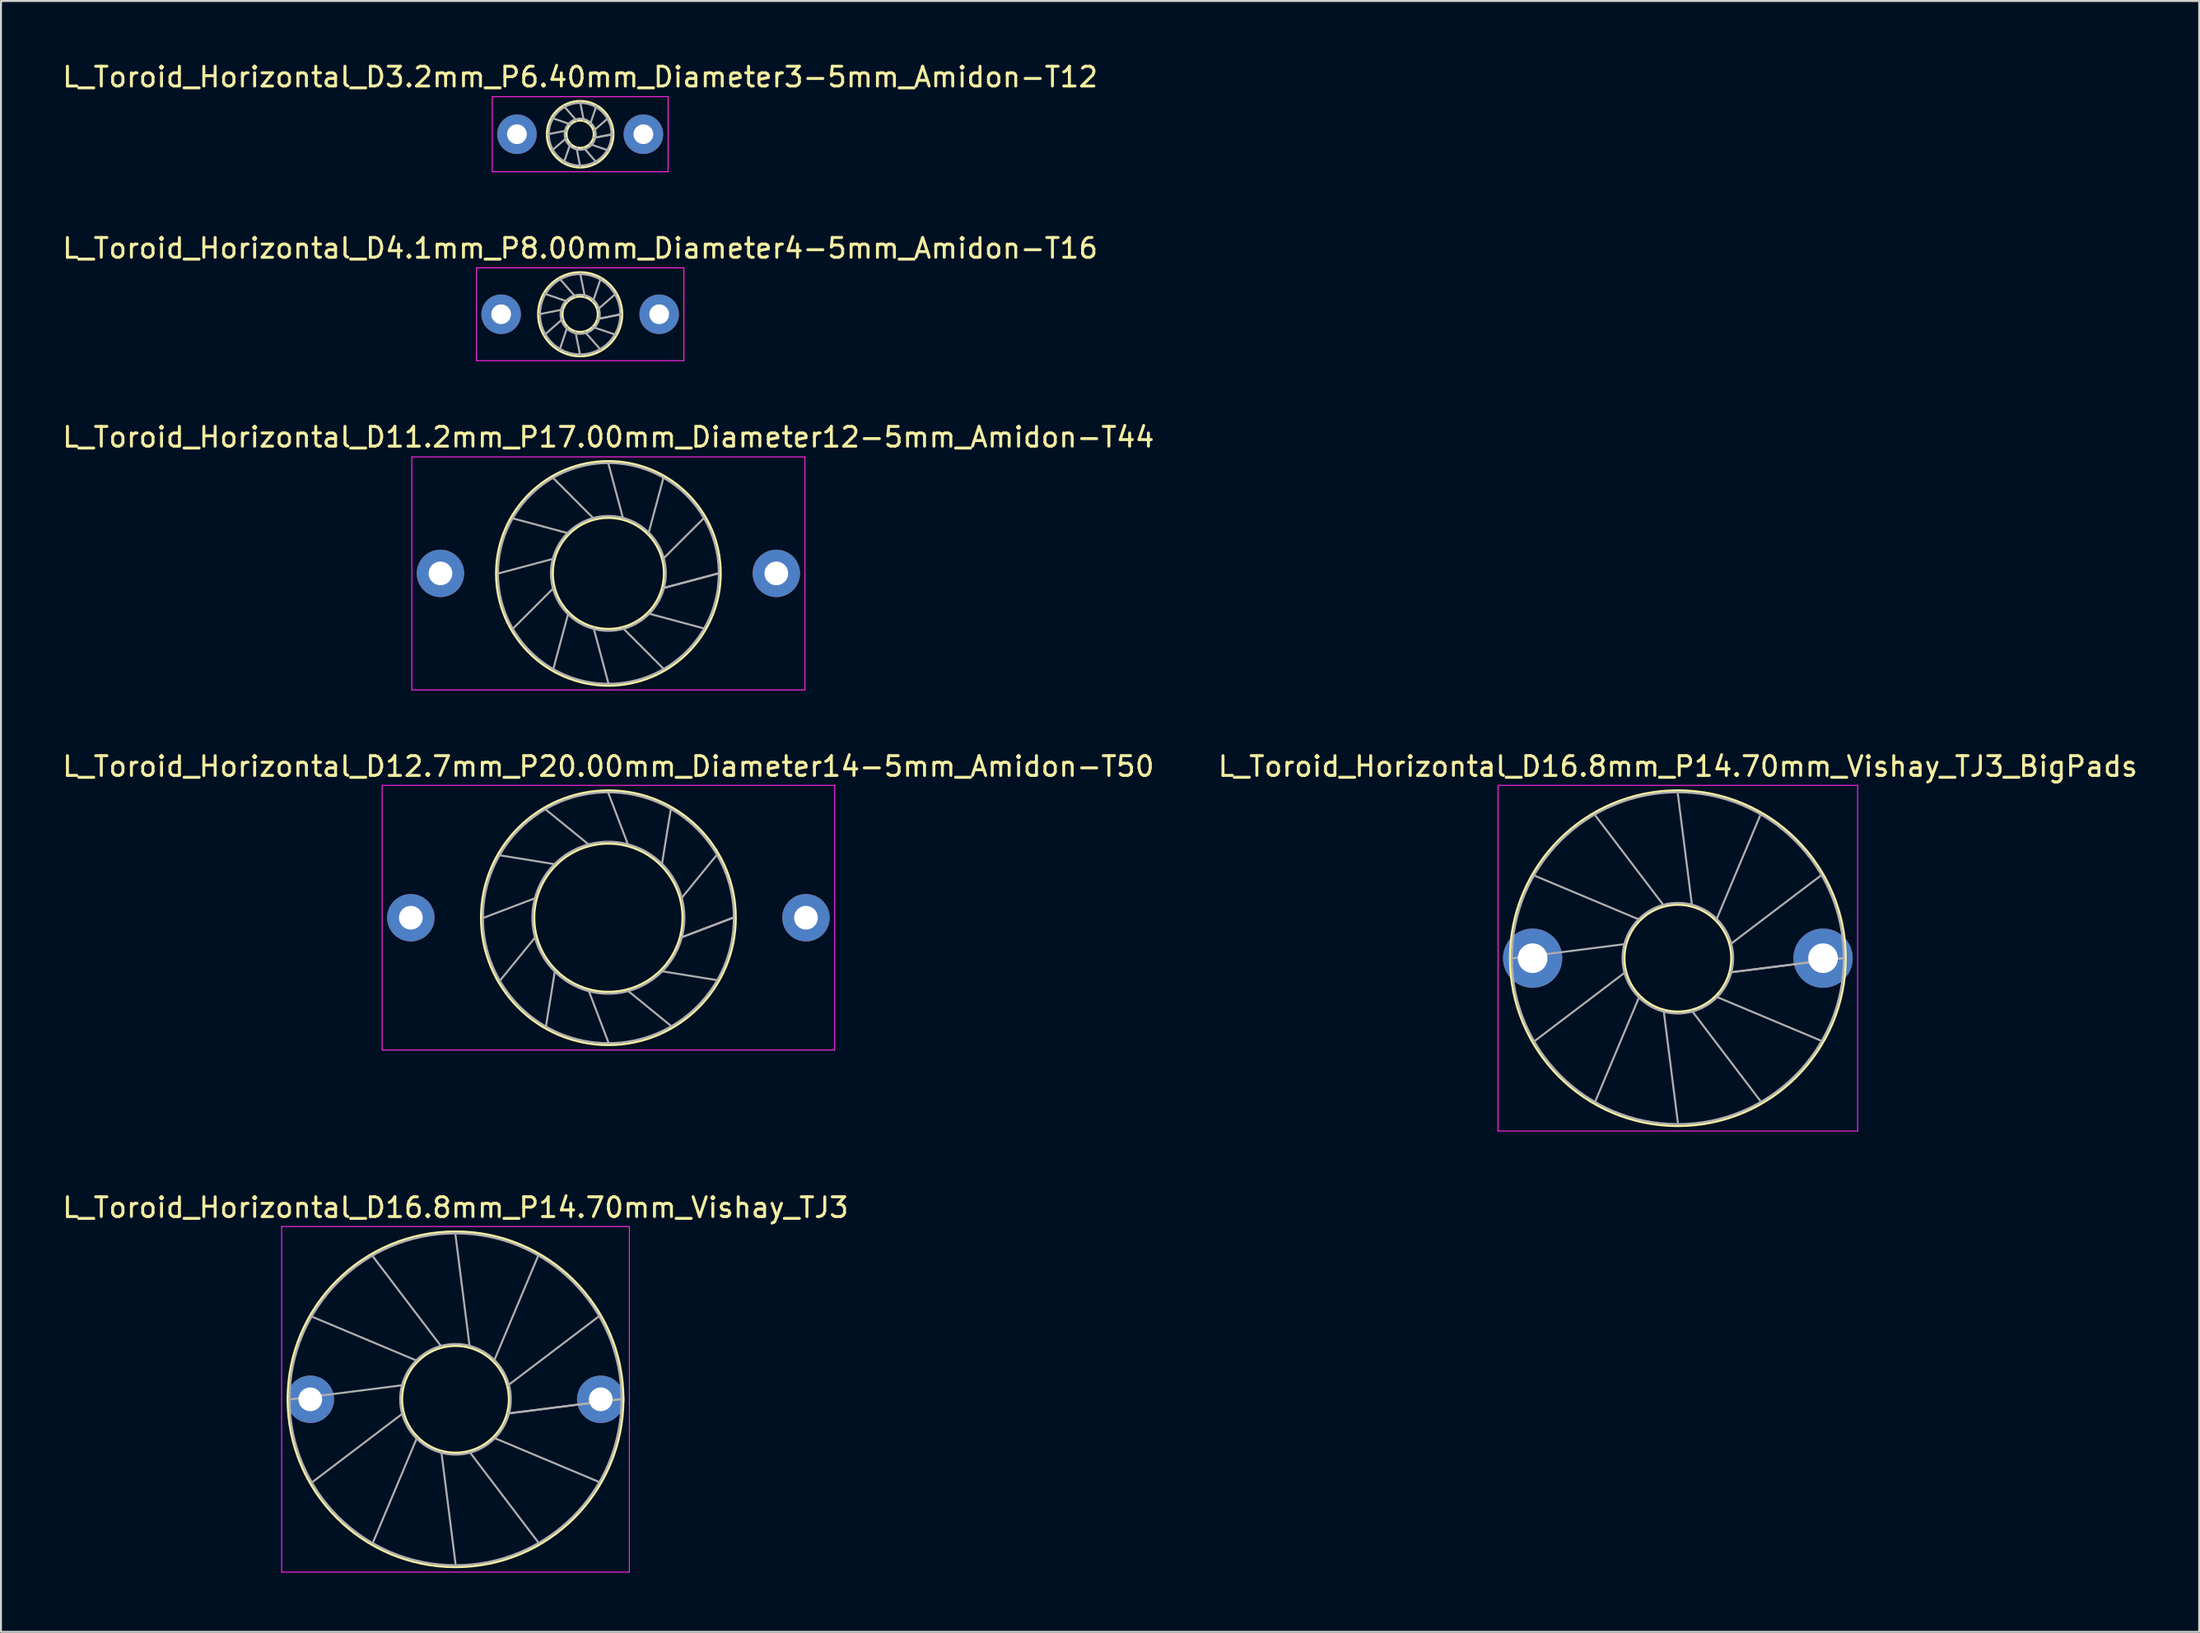
<source format=kicad_pcb>
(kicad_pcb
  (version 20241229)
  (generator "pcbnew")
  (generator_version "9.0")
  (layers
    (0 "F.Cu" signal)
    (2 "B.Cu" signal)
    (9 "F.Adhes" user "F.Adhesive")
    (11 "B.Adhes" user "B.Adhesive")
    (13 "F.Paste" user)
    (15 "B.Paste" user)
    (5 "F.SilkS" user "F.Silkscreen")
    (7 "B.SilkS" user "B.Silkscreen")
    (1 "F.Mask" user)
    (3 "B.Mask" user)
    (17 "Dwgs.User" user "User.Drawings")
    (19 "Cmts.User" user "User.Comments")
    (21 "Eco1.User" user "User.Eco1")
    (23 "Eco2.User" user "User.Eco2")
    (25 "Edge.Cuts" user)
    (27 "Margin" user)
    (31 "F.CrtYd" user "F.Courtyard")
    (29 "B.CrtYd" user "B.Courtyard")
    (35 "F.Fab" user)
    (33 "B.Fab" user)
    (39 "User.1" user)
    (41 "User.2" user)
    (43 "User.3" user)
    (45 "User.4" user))
  (footprint "L_Toroid_Horizontal_D12.7mm_P20.00mm_Diameter14-5mm_Amidon-T50"
    (layer "F.Cu")
    (at 17.744 43.416)
    (property "Reference" "L_Toroid_Horizontal_D12.7mm_P20.00mm_Diameter14-5mm_Amidon-T50" (at 10 -7.66 0) (layer "F.SilkS") (effects (font (size 1 1) (thickness 0.15))))
    (attr through_hole)
    (fp_circle (center 10 0) (end 13.758 0) (stroke (width 0.12) (type solid)) (fill no) (layer "F.SilkS"))
    (fp_circle (center 10 0) (end 16.44 0) (stroke (width 0.12) (type solid)) (fill no) (layer "F.SilkS"))
    (fp_line (start -1.45 -6.7) (end -1.45 6.7) (stroke (width 0.05) (type solid)) (layer "F.CrtYd"))
    (fp_line (start -1.45 6.7) (end 21.45 6.7) (stroke (width 0.05) (type solid)) (layer "F.CrtYd"))
    (fp_line (start 21.45 -6.7) (end -1.45 -6.7) (stroke (width 0.05) (type solid)) (layer "F.CrtYd"))
    (fp_line (start 21.45 6.7) (end 21.45 -6.7) (stroke (width 0.05) (type solid)) (layer "F.CrtYd"))
    (fp_line (start 3.689 0.001) (end 6.297 -0.992) (stroke (width 0.1) (type solid)) (layer "F.Fab"))
    (fp_line (start 4.534 -3.155) (end 7.289 -2.71) (stroke (width 0.1) (type solid)) (layer "F.Fab"))
    (fp_line (start 4.535 3.156) (end 6.297 0.992) (stroke (width 0.1) (type solid)) (layer "F.Fab"))
    (fp_line (start 6.844 -5.465) (end 9.007 -3.703) (stroke (width 0.1) (type solid)) (layer "F.Fab"))
    (fp_line (start 6.845 5.466) (end 7.29 2.711) (stroke (width 0.1) (type solid)) (layer "F.Fab"))
    (fp_line (start 9.999 -6.311) (end 10.992 -3.703) (stroke (width 0.1) (type solid)) (layer "F.Fab"))
    (fp_line (start 10 6.311) (end 9.008 3.703) (stroke (width 0.1) (type solid)) (layer "F.Fab"))
    (fp_line (start 13.155 -5.466) (end 12.71 -2.711) (stroke (width 0.1) (type solid)) (layer "F.Fab"))
    (fp_line (start 13.156 5.466) (end 10.992 3.703) (stroke (width 0.1) (type solid)) (layer "F.Fab"))
    (fp_line (start 15.465 -3.157) (end 13.702 -0.993) (stroke (width 0.1) (type solid)) (layer "F.Fab"))
    (fp_line (start 15.466 3.156) (end 12.711 2.71) (stroke (width 0.1) (type solid)) (layer "F.Fab"))
    (fp_line (start 16.311 -0.001) (end 13.703 0.991) (stroke (width 0.1) (type solid)) (layer "F.Fab"))
    (fp_line (start 16.311 0) (end 13.703 0.992) (stroke (width 0.1) (type solid)) (layer "F.Fab"))
    (fp_circle (center 10 0) (end 13.848 0) (stroke (width 0.1) (type solid)) (fill no) (layer "F.Fab"))
    (fp_circle (center 10 0) (end 16.35 0) (stroke (width 0.1) (type solid)) (fill no) (layer "F.Fab"))
    (pad "1" thru_hole circle (at 0 0) (size 2.4 2.4) (drill 1.2) (layers "*.Cu" "*.Mask"))
    (pad "2" thru_hole circle (at 20 0) (size 2.4 2.4) (drill 1.2) (layers "*.Cu" "*.Mask")))
  (footprint "L_Toroid_Horizontal_D16.8mm_P14.70mm_Vishay_TJ3"
    (layer "F.Cu")
    (at 12.656 67.799)
    (property "Reference" "L_Toroid_Horizontal_D16.8mm_P14.70mm_Vishay_TJ3" (at 7.35 -9.71 0) (layer "F.SilkS") (effects (font (size 1 1) (thickness 0.15))))
    (attr through_hole)
    (fp_circle (center 7.35 0) (end 10.06 0) (stroke (width 0.12) (type solid)) (fill no) (layer "F.SilkS"))
    (fp_circle (center 7.35 0) (end 15.84 0) (stroke (width 0.12) (type solid)) (fill no) (layer "F.SilkS"))
    (fp_line (start -1.45 -8.75) (end -1.45 8.75) (stroke (width 0.05) (type solid)) (layer "F.CrtYd"))
    (fp_line (start -1.45 8.75) (end 16.15 8.75) (stroke (width 0.05) (type solid)) (layer "F.CrtYd"))
    (fp_line (start 16.15 -8.75) (end -1.45 -8.75) (stroke (width 0.05) (type solid)) (layer "F.CrtYd"))
    (fp_line (start 16.15 8.75) (end 16.15 -8.75) (stroke (width 0.05) (type solid)) (layer "F.CrtYd"))
    (fp_line (start -0.97 0.001) (end 4.68 -0.715) (stroke (width 0.1) (type solid)) (layer "F.Fab"))
    (fp_line (start 0.144 -4.159) (end 5.395 -1.954) (stroke (width 0.1) (type solid)) (layer "F.Fab"))
    (fp_line (start 0.145 4.161) (end 4.68 0.716) (stroke (width 0.1) (type solid)) (layer "F.Fab"))
    (fp_line (start 3.189 -7.205) (end 6.634 -2.67) (stroke (width 0.1) (type solid)) (layer "F.Fab"))
    (fp_line (start 3.19 7.206) (end 5.396 1.955) (stroke (width 0.1) (type solid)) (layer "F.Fab"))
    (fp_line (start 7.349 -8.32) (end 8.065 -2.67) (stroke (width 0.1) (type solid)) (layer "F.Fab"))
    (fp_line (start 7.35 8.32) (end 6.635 2.67) (stroke (width 0.1) (type solid)) (layer "F.Fab"))
    (fp_line (start 11.509 -7.206) (end 9.304 -1.955) (stroke (width 0.1) (type solid)) (layer "F.Fab"))
    (fp_line (start 11.51 7.205) (end 8.066 2.67) (stroke (width 0.1) (type solid)) (layer "F.Fab"))
    (fp_line (start 14.555 -4.161) (end 10.02 -0.716) (stroke (width 0.1) (type solid)) (layer "F.Fab"))
    (fp_line (start 14.556 4.16) (end 9.305 1.955) (stroke (width 0.1) (type solid)) (layer "F.Fab"))
    (fp_line (start 15.67 -0.002) (end 10.02 0.715) (stroke (width 0.1) (type solid)) (layer "F.Fab"))
    (fp_line (start 15.67 0) (end 10.02 0.715) (stroke (width 0.1) (type solid)) (layer "F.Fab"))
    (fp_circle (center 7.35 0) (end 10.15 0) (stroke (width 0.1) (type solid)) (fill no) (layer "F.Fab"))
    (fp_circle (center 7.35 0) (end 15.75 0) (stroke (width 0.1) (type solid)) (fill no) (layer "F.Fab"))
    (pad "1" thru_hole circle (at 0 0) (size 2.4 2.4) (drill 1.2) (layers "*.Cu" "*.Mask"))
    (pad "2" thru_hole circle (at 14.7 0) (size 2.4 2.4) (drill 1.2) (layers "*.Cu" "*.Mask")))
  (footprint "L_Toroid_Horizontal_D11.2mm_P17.00mm_Diameter12-5mm_Amidon-T44"
    (layer "F.Cu")
    (at 19.244 25.982)
    (property "Reference" "L_Toroid_Horizontal_D11.2mm_P17.00mm_Diameter12-5mm_Amidon-T44" (at 8.5 -6.898 0) (layer "F.SilkS") (effects (font (size 1 1) (thickness 0.15))))
    (attr through_hole)
    (fp_circle (center 8.5 0) (end 11.318 0) (stroke (width 0.12) (type solid)) (fill no) (layer "F.SilkS"))
    (fp_circle (center 8.5 0) (end 14.178 0) (stroke (width 0.12) (type solid)) (fill no) (layer "F.SilkS"))
    (fp_line (start -1.45 -5.9) (end -1.45 5.9) (stroke (width 0.05) (type solid)) (layer "F.CrtYd"))
    (fp_line (start -1.45 5.9) (end 18.45 5.9) (stroke (width 0.05) (type solid)) (layer "F.CrtYd"))
    (fp_line (start 18.45 -5.9) (end -1.45 -5.9) (stroke (width 0.05) (type solid)) (layer "F.CrtYd"))
    (fp_line (start 18.45 5.9) (end 18.45 -5.9) (stroke (width 0.05) (type solid)) (layer "F.CrtYd"))
    (fp_line (start 2.936 0.001) (end 5.723 -0.744) (stroke (width 0.1) (type solid)) (layer "F.Fab"))
    (fp_line (start 3.681 -2.782) (end 6.467 -2.032) (stroke (width 0.1) (type solid)) (layer "F.Fab"))
    (fp_line (start 3.681 2.783) (end 5.723 0.744) (stroke (width 0.1) (type solid)) (layer "F.Fab"))
    (fp_line (start 5.717 -4.819) (end 7.756 -2.777) (stroke (width 0.1) (type solid)) (layer "F.Fab"))
    (fp_line (start 5.718 4.819) (end 6.467 2.033) (stroke (width 0.1) (type solid)) (layer "F.Fab"))
    (fp_line (start 8.499 -5.564) (end 9.244 -2.777) (stroke (width 0.1) (type solid)) (layer "F.Fab"))
    (fp_line (start 8.5 5.564) (end 7.756 2.777) (stroke (width 0.1) (type solid)) (layer "F.Fab"))
    (fp_line (start 11.281 -4.819) (end 10.532 -2.033) (stroke (width 0.1) (type solid)) (layer "F.Fab"))
    (fp_line (start 11.282 4.819) (end 9.244 2.777) (stroke (width 0.1) (type solid)) (layer "F.Fab"))
    (fp_line (start 13.318 -2.783) (end 11.277 -0.745) (stroke (width 0.1) (type solid)) (layer "F.Fab"))
    (fp_line (start 13.319 2.782) (end 10.533 2.033) (stroke (width 0.1) (type solid)) (layer "F.Fab"))
    (fp_line (start 14.064 -0.001) (end 11.277 0.743) (stroke (width 0.1) (type solid)) (layer "F.Fab"))
    (fp_line (start 14.064 0) (end 11.277 0.744) (stroke (width 0.1) (type solid)) (layer "F.Fab"))
    (fp_circle (center 8.5 0) (end 11.408 0) (stroke (width 0.1) (type solid)) (fill no) (layer "F.Fab"))
    (fp_circle (center 8.5 0) (end 14.088 0) (stroke (width 0.1) (type solid)) (fill no) (layer "F.Fab"))
    (pad "1" thru_hole circle (at 0 0) (size 2.4 2.4) (drill 1.2) (layers "*.Cu" "*.Mask"))
    (pad "2" thru_hole circle (at 17 0) (size 2.4 2.4) (drill 1.2) (layers "*.Cu" "*.Mask")))
  (footprint "L_Toroid_Horizontal_D4.1mm_P8.00mm_Diameter4-5mm_Amidon-T16"
    (layer "F.Cu")
    (at 22.315 12.861)
    (property "Reference" "L_Toroid_Horizontal_D4.1mm_P8.00mm_Diameter4-5mm_Amidon-T16" (at 4 -3.342 0) (layer "F.SilkS") (effects (font (size 1 1) (thickness 0.15))))
    (attr through_hole)
    (fp_circle (center 4 0) (end 4.901 0) (stroke (width 0.12) (type solid)) (fill no) (layer "F.SilkS"))
    (fp_circle (center 4 0) (end 6.122 0) (stroke (width 0.12) (type solid)) (fill no) (layer "F.SilkS"))
    (fp_line (start -1.25 -2.35) (end -1.25 2.35) (stroke (width 0.05) (type solid)) (layer "F.CrtYd"))
    (fp_line (start -1.25 2.35) (end 9.25 2.35) (stroke (width 0.05) (type solid)) (layer "F.CrtYd"))
    (fp_line (start 9.25 -2.35) (end -1.25 -2.35) (stroke (width 0.05) (type solid)) (layer "F.CrtYd"))
    (fp_line (start 9.25 2.35) (end 9.25 -2.35) (stroke (width 0.05) (type solid)) (layer "F.CrtYd"))
    (fp_line (start 1.92 0.000193) (end 3.113 -0.238) (stroke (width 0.1) (type solid)) (layer "F.Fab"))
    (fp_line (start 2.199 -1.04) (end 3.35 -0.649) (stroke (width 0.1) (type solid)) (layer "F.Fab"))
    (fp_line (start 2.199 1.04) (end 3.113 0.238) (stroke (width 0.1) (type solid)) (layer "F.Fab"))
    (fp_line (start 2.96 -1.801) (end 3.762 -0.887) (stroke (width 0.1) (type solid)) (layer "F.Fab"))
    (fp_line (start 2.96 1.801) (end 3.35 0.65) (stroke (width 0.1) (type solid)) (layer "F.Fab"))
    (fp_line (start 4 -2.08) (end 4.238 -0.887) (stroke (width 0.1) (type solid)) (layer "F.Fab"))
    (fp_line (start 4 2.08) (end 3.762 0.887) (stroke (width 0.1) (type solid)) (layer "F.Fab"))
    (fp_line (start 5.04 -1.801) (end 4.649 -0.65) (stroke (width 0.1) (type solid)) (layer "F.Fab"))
    (fp_line (start 5.04 1.801) (end 4.238 0.887) (stroke (width 0.1) (type solid)) (layer "F.Fab"))
    (fp_line (start 5.801 -1.04) (end 4.887 -0.238) (stroke (width 0.1) (type solid)) (layer "F.Fab"))
    (fp_line (start 5.801 1.04) (end 4.65 0.65) (stroke (width 0.1) (type solid)) (layer "F.Fab"))
    (fp_line (start 6.08 -0.000385) (end 4.887 0.238) (stroke (width 0.1) (type solid)) (layer "F.Fab"))
    (fp_line (start 6.08 0) (end 4.887 0.238) (stroke (width 0.1) (type solid)) (layer "F.Fab"))
    (fp_circle (center 4 0) (end 4.991 0) (stroke (width 0.1) (type solid)) (fill no) (layer "F.Fab"))
    (fp_circle (center 4 0) (end 6.032 0) (stroke (width 0.1) (type solid)) (fill no) (layer "F.Fab"))
    (pad "1" thru_hole circle (at 0 0) (size 2 2) (drill 1) (layers "*.Cu" "*.Mask"))
    (pad "2" thru_hole circle (at 8 0) (size 2 2) (drill 1) (layers "*.Cu" "*.Mask")))
  (footprint "L_Toroid_Horizontal_D3.2mm_P6.40mm_Diameter3-5mm_Amidon-T12"
    (layer "F.Cu")
    (at 23.115 3.746)
    (property "Reference" "L_Toroid_Horizontal_D3.2mm_P6.40mm_Diameter3-5mm_Amidon-T12" (at 3.2 -2.897 0) (layer "F.SilkS") (effects (font (size 1 1) (thickness 0.15))))
    (attr through_hole)
    (fp_circle (center 3.2 0) (end 3.897 0) (stroke (width 0.12) (type solid)) (fill no) (layer "F.SilkS"))
    (fp_circle (center 3.2 0) (end 4.878 0) (stroke (width 0.12) (type solid)) (fill no) (layer "F.SilkS"))
    (fp_line (start -1.25 -1.9) (end -1.25 1.9) (stroke (width 0.05) (type solid)) (layer "F.CrtYd"))
    (fp_line (start -1.25 1.9) (end 7.65 1.9) (stroke (width 0.05) (type solid)) (layer "F.CrtYd"))
    (fp_line (start 7.65 -1.9) (end -1.25 -1.9) (stroke (width 0.05) (type solid)) (layer "F.CrtYd"))
    (fp_line (start 7.65 1.9) (end 7.65 -1.9) (stroke (width 0.05) (type solid)) (layer "F.CrtYd"))
    (fp_line (start 1.556 0.000152) (end 2.513 -0.184) (stroke (width 0.1) (type solid)) (layer "F.Fab"))
    (fp_line (start 1.776 -0.822) (end 2.697 -0.503) (stroke (width 0.1) (type solid)) (layer "F.Fab"))
    (fp_line (start 1.776 0.822) (end 2.513 0.184) (stroke (width 0.1) (type solid)) (layer "F.Fab"))
    (fp_line (start 2.378 -1.424) (end 3.016 -0.687) (stroke (width 0.1) (type solid)) (layer "F.Fab"))
    (fp_line (start 2.378 1.424) (end 2.697 0.503) (stroke (width 0.1) (type solid)) (layer "F.Fab"))
    (fp_line (start 3.2 -1.644) (end 3.384 -0.687) (stroke (width 0.1) (type solid)) (layer "F.Fab"))
    (fp_line (start 3.2 1.644) (end 3.016 0.687) (stroke (width 0.1) (type solid)) (layer "F.Fab"))
    (fp_line (start 4.022 -1.424) (end 3.703 -0.503) (stroke (width 0.1) (type solid)) (layer "F.Fab"))
    (fp_line (start 4.022 1.424) (end 3.384 0.687) (stroke (width 0.1) (type solid)) (layer "F.Fab"))
    (fp_line (start 4.624 -0.822) (end 3.887 -0.184) (stroke (width 0.1) (type solid)) (layer "F.Fab"))
    (fp_line (start 4.624 0.822) (end 3.703 0.503) (stroke (width 0.1) (type solid)) (layer "F.Fab"))
    (fp_line (start 4.844 -0.000305) (end 3.887 0.184) (stroke (width 0.1) (type solid)) (layer "F.Fab"))
    (fp_line (start 4.844 0) (end 3.887 0.184) (stroke (width 0.1) (type solid)) (layer "F.Fab"))
    (fp_circle (center 3.2 0) (end 3.987 0) (stroke (width 0.1) (type solid)) (fill no) (layer "F.Fab"))
    (fp_circle (center 3.2 0) (end 4.787 0) (stroke (width 0.1) (type solid)) (fill no) (layer "F.Fab"))
    (pad "1" thru_hole circle (at 0 0) (size 2 2) (drill 1) (layers "*.Cu" "*.Mask"))
    (pad "2" thru_hole circle (at 6.4 0) (size 2 2) (drill 1) (layers "*.Cu" "*.Mask")))
  (footprint "L_Toroid_Horizontal_D16.8mm_P14.70mm_Vishay_TJ3_BigPads"
    (layer "F.Cu")
    (at 74.525 45.465)
    (property "Reference" "L_Toroid_Horizontal_D16.8mm_P14.70mm_Vishay_TJ3_BigPads" (at 7.35 -9.71 0) (layer "F.SilkS") (effects (font (size 1 1) (thickness 0.15))))
    (attr through_hole)
    (fp_circle (center 7.35 0) (end 10.06 0) (stroke (width 0.12) (type solid)) (fill no) (layer "F.SilkS"))
    (fp_circle (center 7.35 0) (end 15.84 0) (stroke (width 0.12) (type solid)) (fill no) (layer "F.SilkS"))
    (fp_line (start -1.75 -8.75) (end -1.75 8.75) (stroke (width 0.05) (type solid)) (layer "F.CrtYd"))
    (fp_line (start -1.75 8.75) (end 16.45 8.75) (stroke (width 0.05) (type solid)) (layer "F.CrtYd"))
    (fp_line (start 16.45 -8.75) (end -1.75 -8.75) (stroke (width 0.05) (type solid)) (layer "F.CrtYd"))
    (fp_line (start 16.45 8.75) (end 16.45 -8.75) (stroke (width 0.05) (type solid)) (layer "F.CrtYd"))
    (fp_line (start -0.97 0.001) (end 4.68 -0.715) (stroke (width 0.1) (type solid)) (layer "F.Fab"))
    (fp_line (start 0.144 -4.159) (end 5.395 -1.954) (stroke (width 0.1) (type solid)) (layer "F.Fab"))
    (fp_line (start 0.145 4.161) (end 4.68 0.716) (stroke (width 0.1) (type solid)) (layer "F.Fab"))
    (fp_line (start 3.189 -7.205) (end 6.634 -2.67) (stroke (width 0.1) (type solid)) (layer "F.Fab"))
    (fp_line (start 3.19 7.206) (end 5.396 1.955) (stroke (width 0.1) (type solid)) (layer "F.Fab"))
    (fp_line (start 7.349 -8.32) (end 8.065 -2.67) (stroke (width 0.1) (type solid)) (layer "F.Fab"))
    (fp_line (start 7.35 8.32) (end 6.635 2.67) (stroke (width 0.1) (type solid)) (layer "F.Fab"))
    (fp_line (start 11.509 -7.206) (end 9.304 -1.955) (stroke (width 0.1) (type solid)) (layer "F.Fab"))
    (fp_line (start 11.51 7.205) (end 8.066 2.67) (stroke (width 0.1) (type solid)) (layer "F.Fab"))
    (fp_line (start 14.555 -4.161) (end 10.02 -0.716) (stroke (width 0.1) (type solid)) (layer "F.Fab"))
    (fp_line (start 14.556 4.16) (end 9.305 1.955) (stroke (width 0.1) (type solid)) (layer "F.Fab"))
    (fp_line (start 15.67 -0.002) (end 10.02 0.715) (stroke (width 0.1) (type solid)) (layer "F.Fab"))
    (fp_line (start 15.67 0) (end 10.02 0.715) (stroke (width 0.1) (type solid)) (layer "F.Fab"))
    (fp_circle (center 7.35 0) (end 10.15 0) (stroke (width 0.1) (type solid)) (fill no) (layer "F.Fab"))
    (fp_circle (center 7.35 0) (end 15.75 0) (stroke (width 0.1) (type solid)) (fill no) (layer "F.Fab"))
    (pad "1" thru_hole circle (at 0 0) (size 3 3) (drill 1.5) (layers "*.Cu" "*.Mask"))
    (pad "2" thru_hole circle (at 14.7 0) (size 3 3) (drill 1.5) (layers "*.Cu" "*.Mask")))
  (gr_rect
    (start -3 -3)
    (end 108.262 79.574)
    (stroke (width 0.1) (type default))
    (fill no)
    (layer "Edge.Cuts")))
</source>
